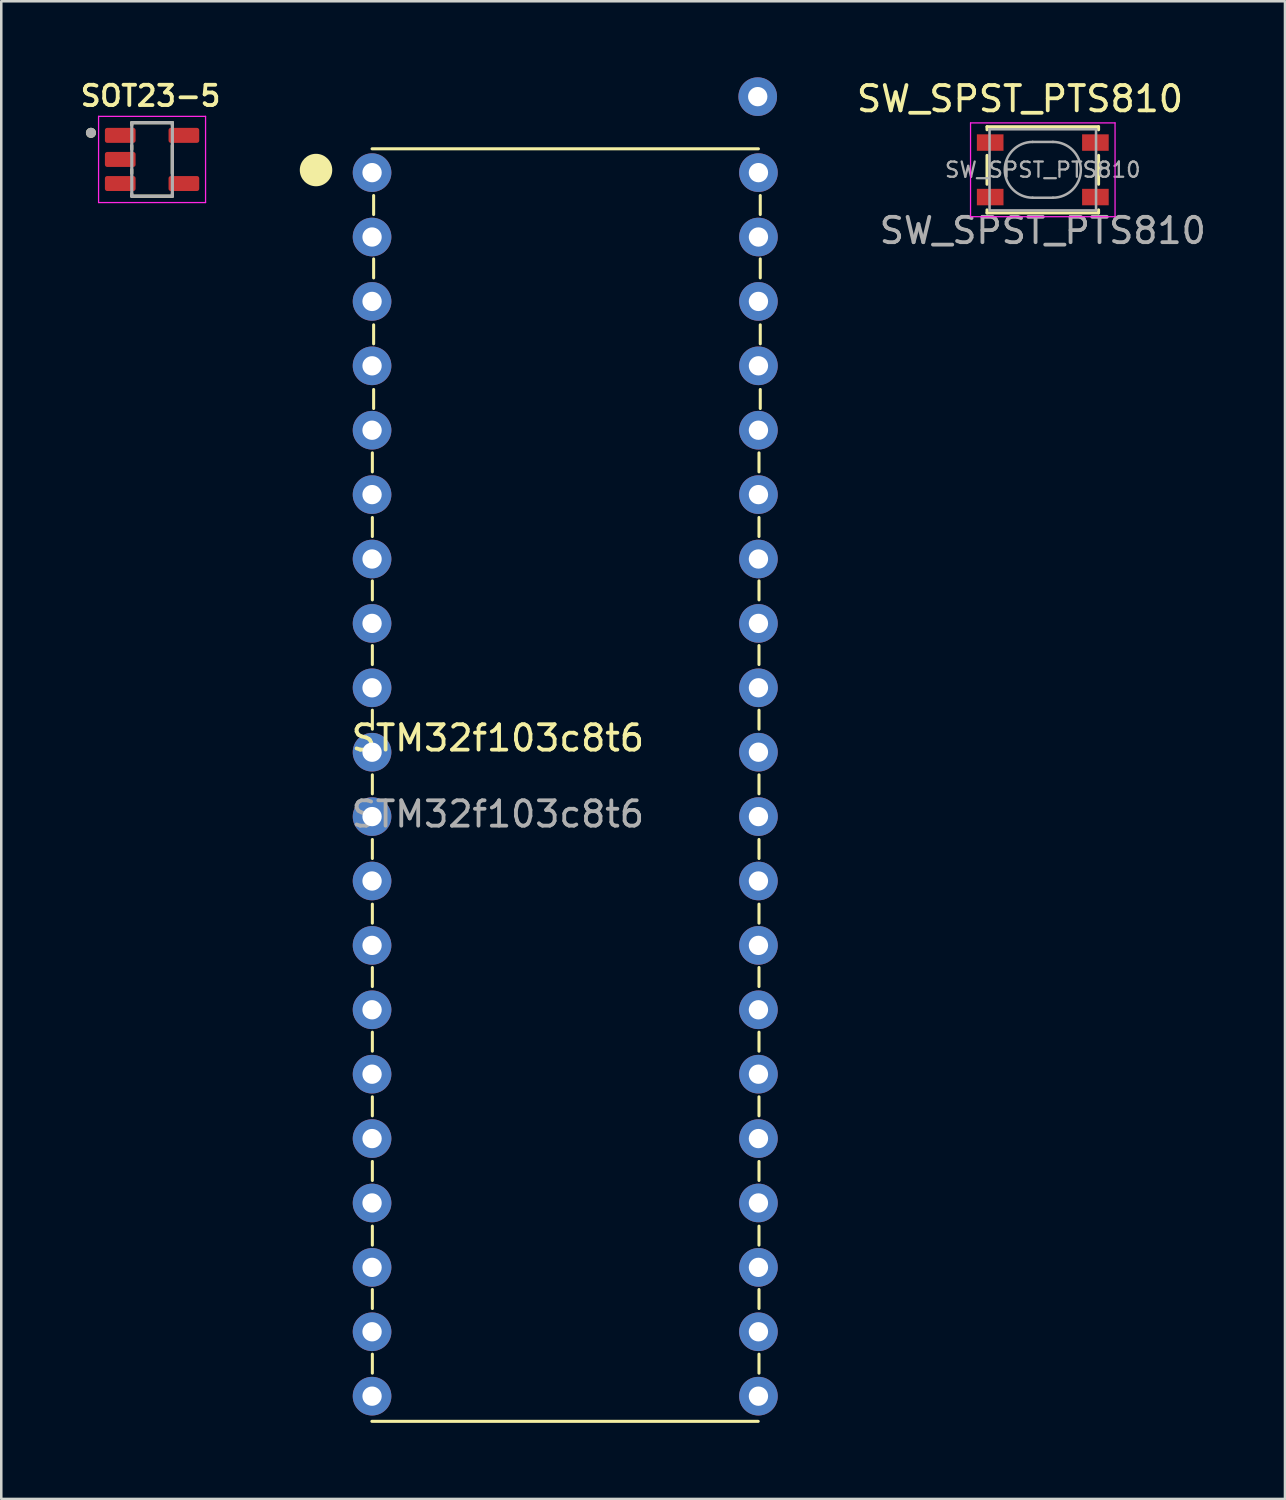
<source format=kicad_pcb>
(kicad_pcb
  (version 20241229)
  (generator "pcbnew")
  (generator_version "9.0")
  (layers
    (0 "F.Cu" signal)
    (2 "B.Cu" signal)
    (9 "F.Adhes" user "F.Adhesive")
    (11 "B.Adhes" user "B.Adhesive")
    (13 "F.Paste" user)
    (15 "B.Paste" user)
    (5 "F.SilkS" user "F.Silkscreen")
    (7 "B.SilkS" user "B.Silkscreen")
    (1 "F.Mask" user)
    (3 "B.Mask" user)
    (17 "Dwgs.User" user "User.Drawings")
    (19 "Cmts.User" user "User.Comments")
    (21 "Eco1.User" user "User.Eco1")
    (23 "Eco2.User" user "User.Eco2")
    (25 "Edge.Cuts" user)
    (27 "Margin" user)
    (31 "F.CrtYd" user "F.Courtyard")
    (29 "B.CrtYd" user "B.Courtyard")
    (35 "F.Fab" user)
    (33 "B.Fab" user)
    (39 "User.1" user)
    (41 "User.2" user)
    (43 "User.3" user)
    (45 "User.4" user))
  (footprint "SOT23-5"
    (layer "F.Cu")
    (at 2.948 3.239)
    (property "Reference" "SOT23-5" (at -0.06 -2.508 0) (layer "F.SilkS") (effects (font (size 0.8 0.8) (thickness 0.15))))
    (attr through_hole)
    (fp_line (start -0.8 -1.45) (end -0.8 -1.35) (stroke (width 0.12) (type solid)) (layer "F.SilkS"))
    (fp_line (start -0.8 -1.45) (end 0.8 -1.45) (stroke (width 0.127) (type solid)) (layer "F.SilkS"))
    (fp_line (start -0.8 -0.55) (end -0.8 -0.4) (stroke (width 0.12) (type solid)) (layer "F.SilkS"))
    (fp_line (start -0.8 0.4) (end -0.8 0.55) (stroke (width 0.12) (type solid)) (layer "F.SilkS"))
    (fp_line (start -0.8 1.45) (end -0.8 1.35) (stroke (width 0.12) (type solid)) (layer "F.SilkS"))
    (fp_line (start 0.8 -1.45) (end 0.8 -1.35) (stroke (width 0.12) (type solid)) (layer "F.SilkS"))
    (fp_line (start 0.8 -0.55) (end 0.8 0.55) (stroke (width 0.127) (type solid)) (layer "F.SilkS"))
    (fp_line (start 0.8 1.45) (end -0.8 1.45) (stroke (width 0.127) (type solid)) (layer "F.SilkS"))
    (fp_line (start 0.8 1.45) (end 0.8 1.35) (stroke (width 0.12) (type solid)) (layer "F.SilkS"))
    (fp_circle (center -2.41 -1.05) (end -2.31 -1.05) (stroke (width 0.2) (type solid)) (fill no) (layer "F.SilkS"))
    (fp_line (start -2.11 -1.7) (end 2.11 -1.7) (stroke (width 0.05) (type solid)) (layer "F.CrtYd"))
    (fp_line (start -2.11 1.7) (end -2.11 -1.7) (stroke (width 0.05) (type solid)) (layer "F.CrtYd"))
    (fp_line (start 2.11 -1.7) (end 2.11 1.7) (stroke (width 0.05) (type solid)) (layer "F.CrtYd"))
    (fp_line (start 2.11 1.7) (end -2.11 1.7) (stroke (width 0.05) (type solid)) (layer "F.CrtYd"))
    (fp_line (start -0.8 -1.45) (end 0.8 -1.45) (stroke (width 0.127) (type solid)) (layer "F.Fab"))
    (fp_line (start -0.8 1.45) (end -0.8 -1.45) (stroke (width 0.127) (type solid)) (layer "F.Fab"))
    (fp_line (start 0.8 -1.45) (end 0.8 1.45) (stroke (width 0.127) (type solid)) (layer "F.Fab"))
    (fp_line (start 0.8 1.45) (end -0.8 1.45) (stroke (width 0.127) (type solid)) (layer "F.Fab"))
    (fp_circle (center -2.41 -1.05) (end -2.31 -1.05) (stroke (width 0.2) (type solid)) (fill no) (layer "F.Fab"))
    (pad "1" smd roundrect (at -1.255 -0.95) (size 1.21 0.59) (layers "F.Cu" "F.Mask" "F.Paste") (roundrect_rratio 0.15))
    (pad "2" smd roundrect (at -1.255 0) (size 1.21 0.59) (layers "F.Cu" "F.Mask" "F.Paste") (roundrect_rratio 0.15))
    (pad "3" smd roundrect (at -1.255 0.95) (size 1.21 0.59) (layers "F.Cu" "F.Mask" "F.Paste") (roundrect_rratio 0.15))
    (pad "4" smd roundrect (at 1.255 0.95) (size 1.21 0.59) (layers "F.Cu" "F.Mask" "F.Paste") (roundrect_rratio 0.15))
    (pad "5" smd roundrect (at 1.255 -0.95) (size 1.21 0.59) (layers "F.Cu" "F.Mask" "F.Paste") (roundrect_rratio 0.15)))
  (footprint "SW_SPST_PTS810"
    (layer "F.Cu")
    (at 38.081 3.548)
    (property "Reference" "SW_SPST_PTS810" (at -0.9 -2.7 0) (unlocked yes) (layer "F.SilkS") (effects (font (size 1 1) (thickness 0.15))))
    (attr smd)
    (fp_line (start -2.2 -1.6) (end -2.2 -1.48) (stroke (width 0.12) (type solid)) (layer "F.SilkS"))
    (fp_line (start -2.2 -0.47) (end -2.2 0.67) (stroke (width 0.12) (type solid)) (layer "F.SilkS"))
    (fp_line (start -2.2 1.68) (end -2.2 1.8) (stroke (width 0.12) (type solid)) (layer "F.SilkS"))
    (fp_line (start -2.2 1.8) (end 2.2 1.8) (stroke (width 0.12) (type solid)) (layer "F.SilkS"))
    (fp_line (start 2.2 -1.6) (end -2.2 -1.6) (stroke (width 0.12) (type solid)) (layer "F.SilkS"))
    (fp_line (start 2.2 -1.48) (end 2.2 -1.6) (stroke (width 0.12) (type solid)) (layer "F.SilkS"))
    (fp_line (start 2.2 0.67) (end 2.2 -0.47) (stroke (width 0.12) (type solid)) (layer "F.SilkS"))
    (fp_line (start 2.2 1.8) (end 2.2 1.68) (stroke (width 0.12) (type solid)) (layer "F.SilkS"))
    (fp_line (start -2.85 -1.75) (end 2.85 -1.75) (stroke (width 0.05) (type solid)) (layer "F.CrtYd"))
    (fp_line (start -2.85 1.95) (end -2.85 -1.75) (stroke (width 0.05) (type solid)) (layer "F.CrtYd"))
    (fp_line (start 2.85 -1.75) (end 2.85 1.95) (stroke (width 0.05) (type solid)) (layer "F.CrtYd"))
    (fp_line (start 2.85 1.95) (end -2.85 1.95) (stroke (width 0.05) (type solid)) (layer "F.CrtYd"))
    (fp_line (start -2.1 -1.5) (end -2.1 1.7) (stroke (width 0.1) (type solid)) (layer "F.Fab"))
    (fp_line (start -2.1 1.7) (end 2.1 1.7) (stroke (width 0.1) (type solid)) (layer "F.Fab"))
    (fp_line (start -0.4 -1) (end 0.4 -1) (stroke (width 0.1) (type solid)) (layer "F.Fab"))
    (fp_line (start 0.4 1.2) (end -0.4 1.2) (stroke (width 0.1) (type solid)) (layer "F.Fab"))
    (fp_line (start 2.1 -1.5) (end -2.1 -1.5) (stroke (width 0.1) (type solid)) (layer "F.Fab"))
    (fp_line (start 2.1 1.7) (end 2.1 -1.5) (stroke (width 0.1) (type solid)) (layer "F.Fab"))
    (fp_arc (start -0.4 1.2) (mid -1.5 0.1) (end -0.4 -1) (stroke (width 0.1) (type solid)) (layer "F.Fab"))
    (fp_arc (start 0.4 -1) (mid 1.5 0.1) (end 0.4 1.2) (stroke (width 0.1) (type solid)) (layer "F.Fab"))
    (fp_text user "${REFERENCE}" (at 0 0.1 0) (layer "F.Fab") (effects (font (size 0.6 0.6) (thickness 0.09))))
    (fp_text user "${REFERENCE}" (at 0 2.5 0) (unlocked yes) (layer "F.Fab") (effects (font (size 1 1) (thickness 0.15))))
    (pad "1" smd rect (at -2.075 -0.975) (size 1.05 0.65) (layers "F.Cu" "F.Mask" "F.Paste"))
    (pad "1" smd rect (at 2.075 -0.975) (size 1.05 0.65) (layers "F.Cu" "F.Mask" "F.Paste"))
    (pad "2" smd rect (at -2.075 1.175) (size 1.05 0.65) (layers "F.Cu" "F.Mask" "F.Paste"))
    (pad "2" smd rect (at 2.075 1.175) (size 1.05 0.65) (layers "F.Cu" "F.Mask" "F.Paste")))
  (footprint "STM32f103c8t6"
    (layer "F.Cu")
    (at 20.337 27.762)
    (property "Reference" "STM32f103c8t6" (at -3.75 -1.7 0) (unlocked yes) (layer "F.SilkS") (effects (font (size 1 1) (thickness 0.15))))
    (attr through_hole)
    (fp_line (start -8.72 25.25) (end 6.52 25.25) (stroke (width 0.12) (type solid)) (layer "F.SilkS"))
    (fp_line (start -8.712 -24.943) (end 6.528 -24.943) (stroke (width 0.12) (type solid)) (layer "F.SilkS"))
    (fp_line (start -8.7 -12.95) (end -8.7 -12.2) (stroke (width 0.12) (type solid)) (layer "F.SilkS"))
    (fp_line (start -8.7 -10.4) (end -8.7 -9.65) (stroke (width 0.12) (type solid)) (layer "F.SilkS"))
    (fp_line (start -8.7 -7.9) (end -8.7 -7.15) (stroke (width 0.12) (type solid)) (layer "F.SilkS"))
    (fp_line (start -8.7 -5.35) (end -8.7 -4.6) (stroke (width 0.12) (type solid)) (layer "F.SilkS"))
    (fp_line (start -8.7 -2.8) (end -8.7 -2.05) (stroke (width 0.12) (type solid)) (layer "F.SilkS"))
    (fp_line (start -8.7 -0.25) (end -8.7 0.5) (stroke (width 0.12) (type solid)) (layer "F.SilkS"))
    (fp_line (start -8.7 2.3) (end -8.7 3.05) (stroke (width 0.12) (type solid)) (layer "F.SilkS"))
    (fp_line (start -8.7 4.85) (end -8.7 5.6) (stroke (width 0.12) (type solid)) (layer "F.SilkS"))
    (fp_line (start -8.7 7.35) (end -8.7 8.1) (stroke (width 0.12) (type solid)) (layer "F.SilkS"))
    (fp_line (start -8.7 9.9) (end -8.7 10.65) (stroke (width 0.12) (type solid)) (layer "F.SilkS"))
    (fp_line (start -8.7 12.45) (end -8.7 13.2) (stroke (width 0.12) (type solid)) (layer "F.SilkS"))
    (fp_line (start -8.7 15) (end -8.7 15.75) (stroke (width 0.12) (type solid)) (layer "F.SilkS"))
    (fp_line (start -8.7 17.55) (end -8.7 18.3) (stroke (width 0.12) (type solid)) (layer "F.SilkS"))
    (fp_line (start -8.7 20.05) (end -8.7 20.8) (stroke (width 0.12) (type solid)) (layer "F.SilkS"))
    (fp_line (start -8.7 22.6) (end -8.7 23.35) (stroke (width 0.12) (type solid)) (layer "F.SilkS"))
    (fp_line (start -8.65 -23.1) (end -8.65 -22.35) (stroke (width 0.12) (type solid)) (layer "F.SilkS"))
    (fp_line (start -8.65 -20.6) (end -8.65 -19.85) (stroke (width 0.12) (type solid)) (layer "F.SilkS"))
    (fp_line (start -8.65 -18) (end -8.65 -17.25) (stroke (width 0.12) (type solid)) (layer "F.SilkS"))
    (fp_line (start -8.65 -15.45) (end -8.65 -14.7) (stroke (width 0.12) (type solid)) (layer "F.SilkS"))
    (fp_line (start 6.55 -12.95) (end 6.55 -12.2) (stroke (width 0.12) (type solid)) (layer "F.SilkS"))
    (fp_line (start 6.55 -10.4) (end 6.55 -9.65) (stroke (width 0.12) (type solid)) (layer "F.SilkS"))
    (fp_line (start 6.55 -7.9) (end 6.55 -7.15) (stroke (width 0.12) (type solid)) (layer "F.SilkS"))
    (fp_line (start 6.55 -5.35) (end 6.55 -4.6) (stroke (width 0.12) (type solid)) (layer "F.SilkS"))
    (fp_line (start 6.55 -2.8) (end 6.55 -2.05) (stroke (width 0.12) (type solid)) (layer "F.SilkS"))
    (fp_line (start 6.55 -0.25) (end 6.55 0.5) (stroke (width 0.12) (type solid)) (layer "F.SilkS"))
    (fp_line (start 6.55 2.3) (end 6.55 3.05) (stroke (width 0.12) (type solid)) (layer "F.SilkS"))
    (fp_line (start 6.55 4.85) (end 6.55 5.6) (stroke (width 0.12) (type solid)) (layer "F.SilkS"))
    (fp_line (start 6.55 7.35) (end 6.55 8.1) (stroke (width 0.12) (type solid)) (layer "F.SilkS"))
    (fp_line (start 6.55 9.9) (end 6.55 10.65) (stroke (width 0.12) (type solid)) (layer "F.SilkS"))
    (fp_line (start 6.55 12.45) (end 6.55 13.2) (stroke (width 0.12) (type solid)) (layer "F.SilkS"))
    (fp_line (start 6.55 15) (end 6.55 15.75) (stroke (width 0.12) (type solid)) (layer "F.SilkS"))
    (fp_line (start 6.55 17.55) (end 6.55 18.3) (stroke (width 0.12) (type solid)) (layer "F.SilkS"))
    (fp_line (start 6.55 20.05) (end 6.55 20.8) (stroke (width 0.12) (type solid)) (layer "F.SilkS"))
    (fp_line (start 6.55 22.6) (end 6.55 23.35) (stroke (width 0.12) (type solid)) (layer "F.SilkS"))
    (fp_line (start 6.6 -23.1) (end 6.6 -22.35) (stroke (width 0.12) (type solid)) (layer "F.SilkS"))
    (fp_line (start 6.6 -20.6) (end 6.6 -19.85) (stroke (width 0.12) (type solid)) (layer "F.SilkS"))
    (fp_line (start 6.6 -18) (end 6.6 -17.25) (stroke (width 0.12) (type solid)) (layer "F.SilkS"))
    (fp_line (start 6.6 -15.45) (end 6.6 -14.7) (stroke (width 0.12) (type solid)) (layer "F.SilkS"))
    (fp_circle (center -10.922 -24.105) (end -10.342 -24.105) (stroke (width 0.12) (type solid)) (fill yes) (layer "F.SilkS"))
    (fp_text user "${REFERENCE}" (at -3.75 1.3 0) (unlocked yes) (layer "F.Fab") (effects (font (size 1 1) (thickness 0.15))))
    (pad "1" thru_hole circle (at -8.712 -24.003) (size 1.524 1.524) (drill 0.762) (layers "*.Cu" "*.Mask"))
    (pad "2" thru_hole circle (at -8.712 -21.463) (size 1.524 1.524) (drill 0.762) (layers "*.Cu" "*.Mask"))
    (pad "3" thru_hole circle (at -8.712 -18.923) (size 1.524 1.524) (drill 0.762) (layers "*.Cu" "*.Mask"))
    (pad "4" thru_hole circle (at -8.712 -16.383) (size 1.524 1.524) (drill 0.762) (layers "*.Cu" "*.Mask"))
    (pad "5" thru_hole circle (at -8.712 -13.843) (size 1.524 1.524) (drill 0.762) (layers "*.Cu" "*.Mask"))
    (pad "6" thru_hole circle (at -8.712 -11.303) (size 1.524 1.524) (drill 0.762) (layers "*.Cu" "*.Mask"))
    (pad "7" thru_hole circle (at -8.712 -8.763) (size 1.524 1.524) (drill 0.762) (layers "*.Cu" "*.Mask"))
    (pad "8" thru_hole circle (at -8.712 -6.223) (size 1.524 1.524) (drill 0.762) (layers "*.Cu" "*.Mask"))
    (pad "9" thru_hole circle (at -8.712 -3.683) (size 1.524 1.524) (drill 0.762) (layers "*.Cu" "*.Mask"))
    (pad "10" thru_hole circle (at -8.712 -1.143) (size 1.524 1.524) (drill 0.762) (layers "*.Cu" "*.Mask"))
    (pad "11" thru_hole circle (at -8.712 1.397) (size 1.524 1.524) (drill 0.762) (layers "*.Cu" "*.Mask"))
    (pad "12" thru_hole circle (at -8.712 3.937) (size 1.524 1.524) (drill 0.762) (layers "*.Cu" "*.Mask"))
    (pad "13" thru_hole circle (at -8.712 6.477) (size 1.524 1.524) (drill 0.762) (layers "*.Cu" "*.Mask"))
    (pad "14" thru_hole circle (at -8.712 9.017) (size 1.524 1.524) (drill 0.762) (layers "*.Cu" "*.Mask"))
    (pad "15" thru_hole circle (at -8.712 11.557) (size 1.524 1.524) (drill 0.762) (layers "*.Cu" "*.Mask"))
    (pad "16" thru_hole circle (at -8.712 14.097) (size 1.524 1.524) (drill 0.762) (layers "*.Cu" "*.Mask"))
    (pad "17" thru_hole circle (at -8.712 16.637) (size 1.524 1.524) (drill 0.762) (layers "*.Cu" "*.Mask"))
    (pad "18" thru_hole circle (at -8.712 19.177) (size 1.524 1.524) (drill 0.762) (layers "*.Cu" "*.Mask"))
    (pad "19" thru_hole circle (at -8.712 21.717) (size 1.524 1.524) (drill 0.762) (layers "*.Cu" "*.Mask"))
    (pad "20" thru_hole circle (at -8.712 24.257) (size 1.524 1.524) (drill 0.762) (layers "*.Cu" "*.Mask"))
    (pad "21" thru_hole circle (at 6.528 24.257) (size 1.524 1.524) (drill 0.762) (layers "*.Cu" "*.Mask"))
    (pad "22" thru_hole circle (at 6.528 21.717) (size 1.524 1.524) (drill 0.762) (layers "*.Cu" "*.Mask"))
    (pad "23" thru_hole circle (at 6.528 19.177) (size 1.524 1.524) (drill 0.762) (layers "*.Cu" "*.Mask"))
    (pad "24" thru_hole circle (at 6.528 16.637) (size 1.524 1.524) (drill 0.762) (layers "*.Cu" "*.Mask"))
    (pad "25" thru_hole circle (at 6.528 14.097) (size 1.524 1.524) (drill 0.762) (layers "*.Cu" "*.Mask"))
    (pad "26" thru_hole circle (at 6.528 11.557) (size 1.524 1.524) (drill 0.762) (layers "*.Cu" "*.Mask"))
    (pad "27" thru_hole circle (at 6.528 9.017) (size 1.524 1.524) (drill 0.762) (layers "*.Cu" "*.Mask"))
    (pad "28" thru_hole circle (at 6.528 6.477) (size 1.524 1.524) (drill 0.762) (layers "*.Cu" "*.Mask"))
    (pad "29" thru_hole circle (at 6.528 3.937) (size 1.524 1.524) (drill 0.762) (layers "*.Cu" "*.Mask"))
    (pad "30" thru_hole circle (at 6.528 1.397) (size 1.524 1.524) (drill 0.762) (layers "*.Cu" "*.Mask"))
    (pad "31" thru_hole circle (at 6.528 -1.143) (size 1.524 1.524) (drill 0.762) (layers "*.Cu" "*.Mask"))
    (pad "32" thru_hole circle (at 6.528 -3.683) (size 1.524 1.524) (drill 0.762) (layers "*.Cu" "*.Mask"))
    (pad "33" thru_hole circle (at 6.528 -6.223) (size 1.524 1.524) (drill 0.762) (layers "*.Cu" "*.Mask"))
    (pad "34" thru_hole circle (at 6.528 -8.763) (size 1.524 1.524) (drill 0.762) (layers "*.Cu" "*.Mask"))
    (pad "35" thru_hole circle (at 6.528 -11.303) (size 1.524 1.524) (drill 0.762) (layers "*.Cu" "*.Mask"))
    (pad "36" thru_hole circle (at 6.528 -13.843) (size 1.524 1.524) (drill 0.762) (layers "*.Cu" "*.Mask"))
    (pad "37" thru_hole circle (at 6.528 -16.383) (size 1.524 1.524) (drill 0.762) (layers "*.Cu" "*.Mask"))
    (pad "38" thru_hole circle (at 6.528 -18.923) (size 1.524 1.524) (drill 0.762) (layers "*.Cu" "*.Mask"))
    (pad "39" thru_hole circle (at 6.528 -21.463) (size 1.524 1.524) (drill 0.762) (layers "*.Cu" "*.Mask"))
    (pad "40" thru_hole circle (at 6.528 -24.003) (size 1.524 1.524) (drill 0.762) (layers "*.Cu" "*.Mask"))
    (pad "41" thru_hole circle (at 6.5 -27) (size 1.524 1.524) (drill 0.762) (layers "*.Cu" "*.Mask")))
  (gr_rect
    (start -3 -3)
    (end 47.634 56.072)
    (stroke (width 0.1) (type default))
    (fill no)
    (layer "Edge.Cuts")))
</source>
